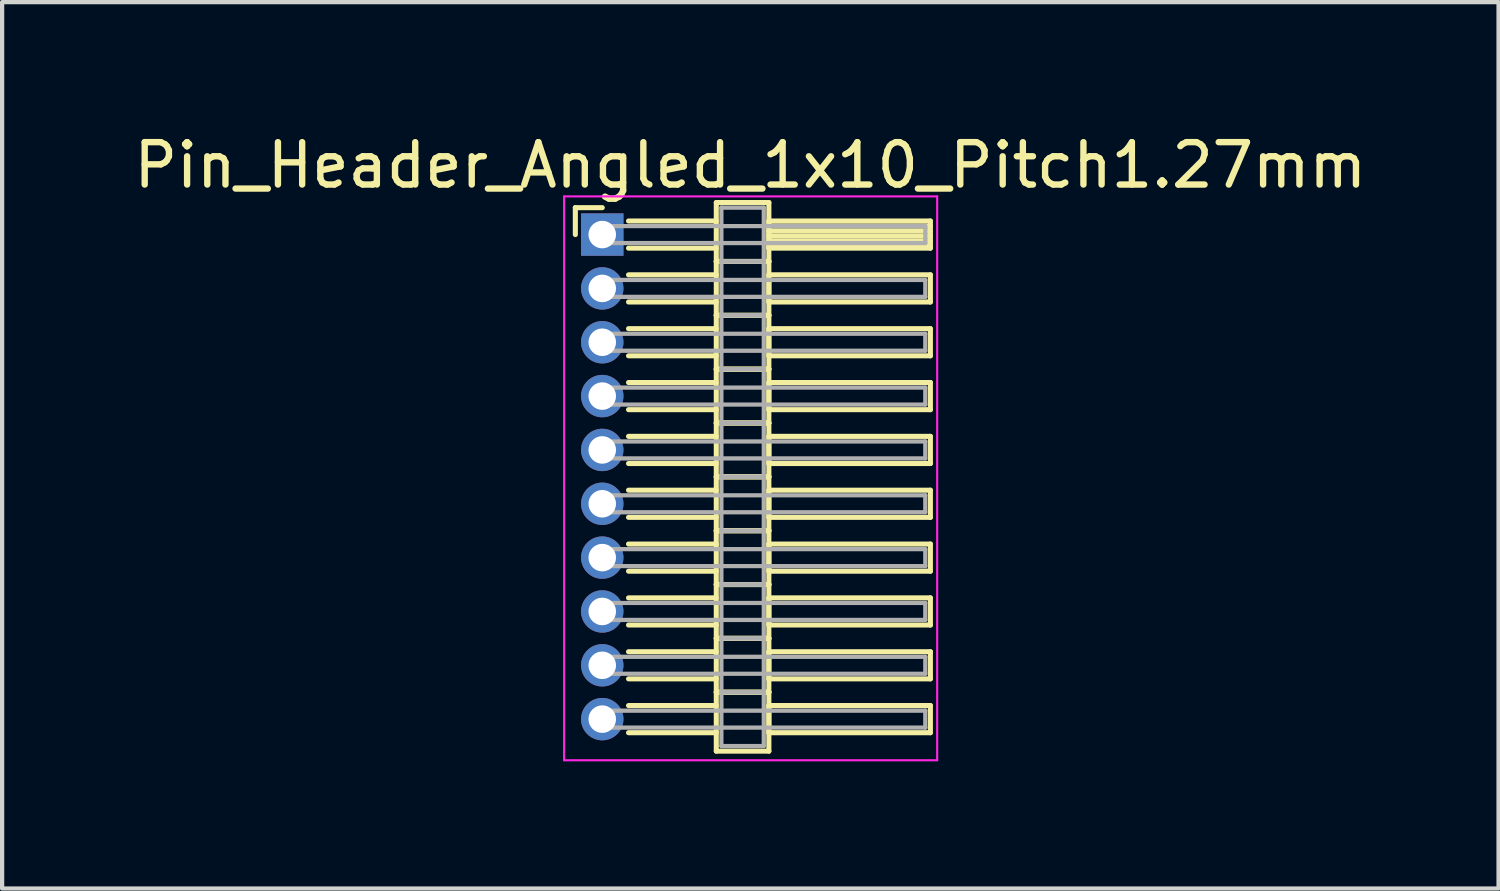
<source format=kicad_pcb>
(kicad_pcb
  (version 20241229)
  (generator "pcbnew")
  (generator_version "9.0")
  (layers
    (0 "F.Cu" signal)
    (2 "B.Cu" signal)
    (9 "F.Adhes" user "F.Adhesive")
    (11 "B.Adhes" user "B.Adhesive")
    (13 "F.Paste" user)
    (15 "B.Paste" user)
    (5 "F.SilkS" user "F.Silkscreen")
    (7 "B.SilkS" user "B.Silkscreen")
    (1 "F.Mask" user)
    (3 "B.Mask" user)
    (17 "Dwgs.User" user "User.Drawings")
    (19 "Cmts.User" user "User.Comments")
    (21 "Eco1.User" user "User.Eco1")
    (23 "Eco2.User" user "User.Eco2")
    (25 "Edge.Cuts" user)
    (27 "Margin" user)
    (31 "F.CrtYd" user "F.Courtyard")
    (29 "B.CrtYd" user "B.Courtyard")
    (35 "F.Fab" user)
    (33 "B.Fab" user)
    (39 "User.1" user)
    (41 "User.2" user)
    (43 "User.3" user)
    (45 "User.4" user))
  (footprint "Pin_Header_Angled_1x10_Pitch1.27mm"
    (layer "F.Cu")
    (at 11.156 2.483)
    (property "Reference" "Pin_Header_Angled_1x10_Pitch1.27mm" (at 3.493 -1.635 0) (layer "F.SilkS") (effects (font (size 1 1) (thickness 0.15))))
    (attr through_hole)
    (fp_line (start -0.635 -0.635) (end 0 -0.635) (stroke (width 0.12) (type solid)) (layer "F.SilkS"))
    (fp_line (start -0.635 0) (end -0.635 -0.635) (stroke (width 0.12) (type solid)) (layer "F.SilkS"))
    (fp_line (start 0.62 -0.32) (end 2.69 -0.32) (stroke (width 0.12) (type solid)) (layer "F.SilkS"))
    (fp_line (start 0.62 0.32) (end 2.69 0.32) (stroke (width 0.12) (type solid)) (layer "F.SilkS"))
    (fp_line (start 0.62 0.95) (end 2.69 0.95) (stroke (width 0.12) (type solid)) (layer "F.SilkS"))
    (fp_line (start 0.62 1.59) (end 2.69 1.59) (stroke (width 0.12) (type solid)) (layer "F.SilkS"))
    (fp_line (start 0.62 2.22) (end 2.69 2.22) (stroke (width 0.12) (type solid)) (layer "F.SilkS"))
    (fp_line (start 0.62 2.86) (end 2.69 2.86) (stroke (width 0.12) (type solid)) (layer "F.SilkS"))
    (fp_line (start 0.62 3.49) (end 2.69 3.49) (stroke (width 0.12) (type solid)) (layer "F.SilkS"))
    (fp_line (start 0.62 4.13) (end 2.69 4.13) (stroke (width 0.12) (type solid)) (layer "F.SilkS"))
    (fp_line (start 0.62 4.76) (end 2.69 4.76) (stroke (width 0.12) (type solid)) (layer "F.SilkS"))
    (fp_line (start 0.62 5.4) (end 2.69 5.4) (stroke (width 0.12) (type solid)) (layer "F.SilkS"))
    (fp_line (start 0.62 6.03) (end 2.69 6.03) (stroke (width 0.12) (type solid)) (layer "F.SilkS"))
    (fp_line (start 0.62 6.67) (end 2.69 6.67) (stroke (width 0.12) (type solid)) (layer "F.SilkS"))
    (fp_line (start 0.62 7.3) (end 2.69 7.3) (stroke (width 0.12) (type solid)) (layer "F.SilkS"))
    (fp_line (start 0.62 7.94) (end 2.69 7.94) (stroke (width 0.12) (type solid)) (layer "F.SilkS"))
    (fp_line (start 0.62 8.57) (end 2.69 8.57) (stroke (width 0.12) (type solid)) (layer "F.SilkS"))
    (fp_line (start 0.62 9.21) (end 2.69 9.21) (stroke (width 0.12) (type solid)) (layer "F.SilkS"))
    (fp_line (start 0.62 9.84) (end 2.69 9.84) (stroke (width 0.12) (type solid)) (layer "F.SilkS"))
    (fp_line (start 0.62 10.48) (end 2.69 10.48) (stroke (width 0.12) (type solid)) (layer "F.SilkS"))
    (fp_line (start 0.62 11.11) (end 2.69 11.11) (stroke (width 0.12) (type solid)) (layer "F.SilkS"))
    (fp_line (start 0.62 11.75) (end 2.69 11.75) (stroke (width 0.12) (type solid)) (layer "F.SilkS"))
    (fp_line (start 2.69 -0.755) (end 2.69 0.635) (stroke (width 0.12) (type solid)) (layer "F.SilkS"))
    (fp_line (start 2.69 0.635) (end 2.69 1.905) (stroke (width 0.12) (type solid)) (layer "F.SilkS"))
    (fp_line (start 2.69 0.635) (end 3.93 0.635) (stroke (width 0.12) (type solid)) (layer "F.SilkS"))
    (fp_line (start 2.69 1.905) (end 2.69 3.175) (stroke (width 0.12) (type solid)) (layer "F.SilkS"))
    (fp_line (start 2.69 1.905) (end 3.93 1.905) (stroke (width 0.12) (type solid)) (layer "F.SilkS"))
    (fp_line (start 2.69 3.175) (end 2.69 4.445) (stroke (width 0.12) (type solid)) (layer "F.SilkS"))
    (fp_line (start 2.69 3.175) (end 3.93 3.175) (stroke (width 0.12) (type solid)) (layer "F.SilkS"))
    (fp_line (start 2.69 4.445) (end 2.69 5.715) (stroke (width 0.12) (type solid)) (layer "F.SilkS"))
    (fp_line (start 2.69 4.445) (end 3.93 4.445) (stroke (width 0.12) (type solid)) (layer "F.SilkS"))
    (fp_line (start 2.69 5.715) (end 2.69 6.985) (stroke (width 0.12) (type solid)) (layer "F.SilkS"))
    (fp_line (start 2.69 5.715) (end 3.93 5.715) (stroke (width 0.12) (type solid)) (layer "F.SilkS"))
    (fp_line (start 2.69 6.985) (end 2.69 8.255) (stroke (width 0.12) (type solid)) (layer "F.SilkS"))
    (fp_line (start 2.69 6.985) (end 3.93 6.985) (stroke (width 0.12) (type solid)) (layer "F.SilkS"))
    (fp_line (start 2.69 8.255) (end 2.69 9.525) (stroke (width 0.12) (type solid)) (layer "F.SilkS"))
    (fp_line (start 2.69 8.255) (end 3.93 8.255) (stroke (width 0.12) (type solid)) (layer "F.SilkS"))
    (fp_line (start 2.69 9.525) (end 2.69 10.795) (stroke (width 0.12) (type solid)) (layer "F.SilkS"))
    (fp_line (start 2.69 9.525) (end 3.93 9.525) (stroke (width 0.12) (type solid)) (layer "F.SilkS"))
    (fp_line (start 2.69 10.795) (end 2.69 12.185) (stroke (width 0.12) (type solid)) (layer "F.SilkS"))
    (fp_line (start 2.69 10.795) (end 3.93 10.795) (stroke (width 0.12) (type solid)) (layer "F.SilkS"))
    (fp_line (start 2.69 12.185) (end 3.93 12.185) (stroke (width 0.12) (type solid)) (layer "F.SilkS"))
    (fp_line (start 3.93 -0.755) (end 2.69 -0.755) (stroke (width 0.12) (type solid)) (layer "F.SilkS"))
    (fp_line (start 3.93 -0.32) (end 3.93 0.32) (stroke (width 0.12) (type solid)) (layer "F.SilkS"))
    (fp_line (start 3.93 -0.2) (end 7.74 -0.2) (stroke (width 0.12) (type solid)) (layer "F.SilkS"))
    (fp_line (start 3.93 -0.08) (end 7.74 -0.08) (stroke (width 0.12) (type solid)) (layer "F.SilkS"))
    (fp_line (start 3.93 0.04) (end 7.74 0.04) (stroke (width 0.12) (type solid)) (layer "F.SilkS"))
    (fp_line (start 3.93 0.16) (end 7.74 0.16) (stroke (width 0.12) (type solid)) (layer "F.SilkS"))
    (fp_line (start 3.93 0.28) (end 7.74 0.28) (stroke (width 0.12) (type solid)) (layer "F.SilkS"))
    (fp_line (start 3.93 0.32) (end 7.74 0.32) (stroke (width 0.12) (type solid)) (layer "F.SilkS"))
    (fp_line (start 3.93 0.635) (end 2.69 0.635) (stroke (width 0.12) (type solid)) (layer "F.SilkS"))
    (fp_line (start 3.93 0.635) (end 3.93 -0.755) (stroke (width 0.12) (type solid)) (layer "F.SilkS"))
    (fp_line (start 3.93 0.95) (end 3.93 1.59) (stroke (width 0.12) (type solid)) (layer "F.SilkS"))
    (fp_line (start 3.93 1.59) (end 7.74 1.59) (stroke (width 0.12) (type solid)) (layer "F.SilkS"))
    (fp_line (start 3.93 1.905) (end 2.69 1.905) (stroke (width 0.12) (type solid)) (layer "F.SilkS"))
    (fp_line (start 3.93 1.905) (end 3.93 0.635) (stroke (width 0.12) (type solid)) (layer "F.SilkS"))
    (fp_line (start 3.93 2.22) (end 3.93 2.86) (stroke (width 0.12) (type solid)) (layer "F.SilkS"))
    (fp_line (start 3.93 2.86) (end 7.74 2.86) (stroke (width 0.12) (type solid)) (layer "F.SilkS"))
    (fp_line (start 3.93 3.175) (end 2.69 3.175) (stroke (width 0.12) (type solid)) (layer "F.SilkS"))
    (fp_line (start 3.93 3.175) (end 3.93 1.905) (stroke (width 0.12) (type solid)) (layer "F.SilkS"))
    (fp_line (start 3.93 3.49) (end 3.93 4.13) (stroke (width 0.12) (type solid)) (layer "F.SilkS"))
    (fp_line (start 3.93 4.13) (end 7.74 4.13) (stroke (width 0.12) (type solid)) (layer "F.SilkS"))
    (fp_line (start 3.93 4.445) (end 2.69 4.445) (stroke (width 0.12) (type solid)) (layer "F.SilkS"))
    (fp_line (start 3.93 4.445) (end 3.93 3.175) (stroke (width 0.12) (type solid)) (layer "F.SilkS"))
    (fp_line (start 3.93 4.76) (end 3.93 5.4) (stroke (width 0.12) (type solid)) (layer "F.SilkS"))
    (fp_line (start 3.93 5.4) (end 7.74 5.4) (stroke (width 0.12) (type solid)) (layer "F.SilkS"))
    (fp_line (start 3.93 5.715) (end 2.69 5.715) (stroke (width 0.12) (type solid)) (layer "F.SilkS"))
    (fp_line (start 3.93 5.715) (end 3.93 4.445) (stroke (width 0.12) (type solid)) (layer "F.SilkS"))
    (fp_line (start 3.93 6.03) (end 3.93 6.67) (stroke (width 0.12) (type solid)) (layer "F.SilkS"))
    (fp_line (start 3.93 6.67) (end 7.74 6.67) (stroke (width 0.12) (type solid)) (layer "F.SilkS"))
    (fp_line (start 3.93 6.985) (end 2.69 6.985) (stroke (width 0.12) (type solid)) (layer "F.SilkS"))
    (fp_line (start 3.93 6.985) (end 3.93 5.715) (stroke (width 0.12) (type solid)) (layer "F.SilkS"))
    (fp_line (start 3.93 7.3) (end 3.93 7.94) (stroke (width 0.12) (type solid)) (layer "F.SilkS"))
    (fp_line (start 3.93 7.94) (end 7.74 7.94) (stroke (width 0.12) (type solid)) (layer "F.SilkS"))
    (fp_line (start 3.93 8.255) (end 2.69 8.255) (stroke (width 0.12) (type solid)) (layer "F.SilkS"))
    (fp_line (start 3.93 8.255) (end 3.93 6.985) (stroke (width 0.12) (type solid)) (layer "F.SilkS"))
    (fp_line (start 3.93 8.57) (end 3.93 9.21) (stroke (width 0.12) (type solid)) (layer "F.SilkS"))
    (fp_line (start 3.93 9.21) (end 7.74 9.21) (stroke (width 0.12) (type solid)) (layer "F.SilkS"))
    (fp_line (start 3.93 9.525) (end 2.69 9.525) (stroke (width 0.12) (type solid)) (layer "F.SilkS"))
    (fp_line (start 3.93 9.525) (end 3.93 8.255) (stroke (width 0.12) (type solid)) (layer "F.SilkS"))
    (fp_line (start 3.93 9.84) (end 3.93 10.48) (stroke (width 0.12) (type solid)) (layer "F.SilkS"))
    (fp_line (start 3.93 10.48) (end 7.74 10.48) (stroke (width 0.12) (type solid)) (layer "F.SilkS"))
    (fp_line (start 3.93 10.795) (end 2.69 10.795) (stroke (width 0.12) (type solid)) (layer "F.SilkS"))
    (fp_line (start 3.93 10.795) (end 3.93 9.525) (stroke (width 0.12) (type solid)) (layer "F.SilkS"))
    (fp_line (start 3.93 11.11) (end 3.93 11.75) (stroke (width 0.12) (type solid)) (layer "F.SilkS"))
    (fp_line (start 3.93 11.75) (end 7.74 11.75) (stroke (width 0.12) (type solid)) (layer "F.SilkS"))
    (fp_line (start 3.93 12.185) (end 3.93 10.795) (stroke (width 0.12) (type solid)) (layer "F.SilkS"))
    (fp_line (start 7.74 -0.32) (end 3.93 -0.32) (stroke (width 0.12) (type solid)) (layer "F.SilkS"))
    (fp_line (start 7.74 0.32) (end 7.74 -0.32) (stroke (width 0.12) (type solid)) (layer "F.SilkS"))
    (fp_line (start 7.74 0.95) (end 3.93 0.95) (stroke (width 0.12) (type solid)) (layer "F.SilkS"))
    (fp_line (start 7.74 1.59) (end 7.74 0.95) (stroke (width 0.12) (type solid)) (layer "F.SilkS"))
    (fp_line (start 7.74 2.22) (end 3.93 2.22) (stroke (width 0.12) (type solid)) (layer "F.SilkS"))
    (fp_line (start 7.74 2.86) (end 7.74 2.22) (stroke (width 0.12) (type solid)) (layer "F.SilkS"))
    (fp_line (start 7.74 3.49) (end 3.93 3.49) (stroke (width 0.12) (type solid)) (layer "F.SilkS"))
    (fp_line (start 7.74 4.13) (end 7.74 3.49) (stroke (width 0.12) (type solid)) (layer "F.SilkS"))
    (fp_line (start 7.74 4.76) (end 3.93 4.76) (stroke (width 0.12) (type solid)) (layer "F.SilkS"))
    (fp_line (start 7.74 5.4) (end 7.74 4.76) (stroke (width 0.12) (type solid)) (layer "F.SilkS"))
    (fp_line (start 7.74 6.03) (end 3.93 6.03) (stroke (width 0.12) (type solid)) (layer "F.SilkS"))
    (fp_line (start 7.74 6.67) (end 7.74 6.03) (stroke (width 0.12) (type solid)) (layer "F.SilkS"))
    (fp_line (start 7.74 7.3) (end 3.93 7.3) (stroke (width 0.12) (type solid)) (layer "F.SilkS"))
    (fp_line (start 7.74 7.94) (end 7.74 7.3) (stroke (width 0.12) (type solid)) (layer "F.SilkS"))
    (fp_line (start 7.74 8.57) (end 3.93 8.57) (stroke (width 0.12) (type solid)) (layer "F.SilkS"))
    (fp_line (start 7.74 9.21) (end 7.74 8.57) (stroke (width 0.12) (type solid)) (layer "F.SilkS"))
    (fp_line (start 7.74 9.84) (end 3.93 9.84) (stroke (width 0.12) (type solid)) (layer "F.SilkS"))
    (fp_line (start 7.74 10.48) (end 7.74 9.84) (stroke (width 0.12) (type solid)) (layer "F.SilkS"))
    (fp_line (start 7.74 11.11) (end 3.93 11.11) (stroke (width 0.12) (type solid)) (layer "F.SilkS"))
    (fp_line (start 7.74 11.75) (end 7.74 11.11) (stroke (width 0.12) (type solid)) (layer "F.SilkS"))
    (fp_line (start -0.9 -0.9) (end -0.9 12.4) (stroke (width 0.05) (type solid)) (layer "F.CrtYd"))
    (fp_line (start -0.9 12.4) (end 7.9 12.4) (stroke (width 0.05) (type solid)) (layer "F.CrtYd"))
    (fp_line (start 7.9 -0.9) (end -0.9 -0.9) (stroke (width 0.05) (type solid)) (layer "F.CrtYd"))
    (fp_line (start 7.9 12.4) (end 7.9 -0.9) (stroke (width 0.05) (type solid)) (layer "F.CrtYd"))
    (fp_line (start 0 -0.2) (end 0 0.2) (stroke (width 0.1) (type solid)) (layer "F.Fab"))
    (fp_line (start 0 0.2) (end 7.62 0.2) (stroke (width 0.1) (type solid)) (layer "F.Fab"))
    (fp_line (start 0 1.07) (end 0 1.47) (stroke (width 0.1) (type solid)) (layer "F.Fab"))
    (fp_line (start 0 1.47) (end 7.62 1.47) (stroke (width 0.1) (type solid)) (layer "F.Fab"))
    (fp_line (start 0 2.34) (end 0 2.74) (stroke (width 0.1) (type solid)) (layer "F.Fab"))
    (fp_line (start 0 2.74) (end 7.62 2.74) (stroke (width 0.1) (type solid)) (layer "F.Fab"))
    (fp_line (start 0 3.61) (end 0 4.01) (stroke (width 0.1) (type solid)) (layer "F.Fab"))
    (fp_line (start 0 4.01) (end 7.62 4.01) (stroke (width 0.1) (type solid)) (layer "F.Fab"))
    (fp_line (start 0 4.88) (end 0 5.28) (stroke (width 0.1) (type solid)) (layer "F.Fab"))
    (fp_line (start 0 5.28) (end 7.62 5.28) (stroke (width 0.1) (type solid)) (layer "F.Fab"))
    (fp_line (start 0 6.15) (end 0 6.55) (stroke (width 0.1) (type solid)) (layer "F.Fab"))
    (fp_line (start 0 6.55) (end 7.62 6.55) (stroke (width 0.1) (type solid)) (layer "F.Fab"))
    (fp_line (start 0 7.42) (end 0 7.82) (stroke (width 0.1) (type solid)) (layer "F.Fab"))
    (fp_line (start 0 7.82) (end 7.62 7.82) (stroke (width 0.1) (type solid)) (layer "F.Fab"))
    (fp_line (start 0 8.69) (end 0 9.09) (stroke (width 0.1) (type solid)) (layer "F.Fab"))
    (fp_line (start 0 9.09) (end 7.62 9.09) (stroke (width 0.1) (type solid)) (layer "F.Fab"))
    (fp_line (start 0 9.96) (end 0 10.36) (stroke (width 0.1) (type solid)) (layer "F.Fab"))
    (fp_line (start 0 10.36) (end 7.62 10.36) (stroke (width 0.1) (type solid)) (layer "F.Fab"))
    (fp_line (start 0 11.23) (end 0 11.63) (stroke (width 0.1) (type solid)) (layer "F.Fab"))
    (fp_line (start 0 11.63) (end 7.62 11.63) (stroke (width 0.1) (type solid)) (layer "F.Fab"))
    (fp_line (start 2.81 -0.635) (end 2.81 0.635) (stroke (width 0.1) (type solid)) (layer "F.Fab"))
    (fp_line (start 2.81 0.635) (end 2.81 1.905) (stroke (width 0.1) (type solid)) (layer "F.Fab"))
    (fp_line (start 2.81 0.635) (end 3.81 0.635) (stroke (width 0.1) (type solid)) (layer "F.Fab"))
    (fp_line (start 2.81 1.905) (end 2.81 3.175) (stroke (width 0.1) (type solid)) (layer "F.Fab"))
    (fp_line (start 2.81 1.905) (end 3.81 1.905) (stroke (width 0.1) (type solid)) (layer "F.Fab"))
    (fp_line (start 2.81 3.175) (end 2.81 4.445) (stroke (width 0.1) (type solid)) (layer "F.Fab"))
    (fp_line (start 2.81 3.175) (end 3.81 3.175) (stroke (width 0.1) (type solid)) (layer "F.Fab"))
    (fp_line (start 2.81 4.445) (end 2.81 5.715) (stroke (width 0.1) (type solid)) (layer "F.Fab"))
    (fp_line (start 2.81 4.445) (end 3.81 4.445) (stroke (width 0.1) (type solid)) (layer "F.Fab"))
    (fp_line (start 2.81 5.715) (end 2.81 6.985) (stroke (width 0.1) (type solid)) (layer "F.Fab"))
    (fp_line (start 2.81 5.715) (end 3.81 5.715) (stroke (width 0.1) (type solid)) (layer "F.Fab"))
    (fp_line (start 2.81 6.985) (end 2.81 8.255) (stroke (width 0.1) (type solid)) (layer "F.Fab"))
    (fp_line (start 2.81 6.985) (end 3.81 6.985) (stroke (width 0.1) (type solid)) (layer "F.Fab"))
    (fp_line (start 2.81 8.255) (end 2.81 9.525) (stroke (width 0.1) (type solid)) (layer "F.Fab"))
    (fp_line (start 2.81 8.255) (end 3.81 8.255) (stroke (width 0.1) (type solid)) (layer "F.Fab"))
    (fp_line (start 2.81 9.525) (end 2.81 10.795) (stroke (width 0.1) (type solid)) (layer "F.Fab"))
    (fp_line (start 2.81 9.525) (end 3.81 9.525) (stroke (width 0.1) (type solid)) (layer "F.Fab"))
    (fp_line (start 2.81 10.795) (end 2.81 12.065) (stroke (width 0.1) (type solid)) (layer "F.Fab"))
    (fp_line (start 2.81 10.795) (end 3.81 10.795) (stroke (width 0.1) (type solid)) (layer "F.Fab"))
    (fp_line (start 2.81 12.065) (end 3.81 12.065) (stroke (width 0.1) (type solid)) (layer "F.Fab"))
    (fp_line (start 3.81 -0.635) (end 2.81 -0.635) (stroke (width 0.1) (type solid)) (layer "F.Fab"))
    (fp_line (start 3.81 0.635) (end 2.81 0.635) (stroke (width 0.1) (type solid)) (layer "F.Fab"))
    (fp_line (start 3.81 0.635) (end 3.81 -0.635) (stroke (width 0.1) (type solid)) (layer "F.Fab"))
    (fp_line (start 3.81 1.905) (end 2.81 1.905) (stroke (width 0.1) (type solid)) (layer "F.Fab"))
    (fp_line (start 3.81 1.905) (end 3.81 0.635) (stroke (width 0.1) (type solid)) (layer "F.Fab"))
    (fp_line (start 3.81 3.175) (end 2.81 3.175) (stroke (width 0.1) (type solid)) (layer "F.Fab"))
    (fp_line (start 3.81 3.175) (end 3.81 1.905) (stroke (width 0.1) (type solid)) (layer "F.Fab"))
    (fp_line (start 3.81 4.445) (end 2.81 4.445) (stroke (width 0.1) (type solid)) (layer "F.Fab"))
    (fp_line (start 3.81 4.445) (end 3.81 3.175) (stroke (width 0.1) (type solid)) (layer "F.Fab"))
    (fp_line (start 3.81 5.715) (end 2.81 5.715) (stroke (width 0.1) (type solid)) (layer "F.Fab"))
    (fp_line (start 3.81 5.715) (end 3.81 4.445) (stroke (width 0.1) (type solid)) (layer "F.Fab"))
    (fp_line (start 3.81 6.985) (end 2.81 6.985) (stroke (width 0.1) (type solid)) (layer "F.Fab"))
    (fp_line (start 3.81 6.985) (end 3.81 5.715) (stroke (width 0.1) (type solid)) (layer "F.Fab"))
    (fp_line (start 3.81 8.255) (end 2.81 8.255) (stroke (width 0.1) (type solid)) (layer "F.Fab"))
    (fp_line (start 3.81 8.255) (end 3.81 6.985) (stroke (width 0.1) (type solid)) (layer "F.Fab"))
    (fp_line (start 3.81 9.525) (end 2.81 9.525) (stroke (width 0.1) (type solid)) (layer "F.Fab"))
    (fp_line (start 3.81 9.525) (end 3.81 8.255) (stroke (width 0.1) (type solid)) (layer "F.Fab"))
    (fp_line (start 3.81 10.795) (end 2.81 10.795) (stroke (width 0.1) (type solid)) (layer "F.Fab"))
    (fp_line (start 3.81 10.795) (end 3.81 9.525) (stroke (width 0.1) (type solid)) (layer "F.Fab"))
    (fp_line (start 3.81 12.065) (end 3.81 10.795) (stroke (width 0.1) (type solid)) (layer "F.Fab"))
    (fp_line (start 7.62 -0.2) (end 0 -0.2) (stroke (width 0.1) (type solid)) (layer "F.Fab"))
    (fp_line (start 7.62 0.2) (end 7.62 -0.2) (stroke (width 0.1) (type solid)) (layer "F.Fab"))
    (fp_line (start 7.62 1.07) (end 0 1.07) (stroke (width 0.1) (type solid)) (layer "F.Fab"))
    (fp_line (start 7.62 1.47) (end 7.62 1.07) (stroke (width 0.1) (type solid)) (layer "F.Fab"))
    (fp_line (start 7.62 2.34) (end 0 2.34) (stroke (width 0.1) (type solid)) (layer "F.Fab"))
    (fp_line (start 7.62 2.74) (end 7.62 2.34) (stroke (width 0.1) (type solid)) (layer "F.Fab"))
    (fp_line (start 7.62 3.61) (end 0 3.61) (stroke (width 0.1) (type solid)) (layer "F.Fab"))
    (fp_line (start 7.62 4.01) (end 7.62 3.61) (stroke (width 0.1) (type solid)) (layer "F.Fab"))
    (fp_line (start 7.62 4.88) (end 0 4.88) (stroke (width 0.1) (type solid)) (layer "F.Fab"))
    (fp_line (start 7.62 5.28) (end 7.62 4.88) (stroke (width 0.1) (type solid)) (layer "F.Fab"))
    (fp_line (start 7.62 6.15) (end 0 6.15) (stroke (width 0.1) (type solid)) (layer "F.Fab"))
    (fp_line (start 7.62 6.55) (end 7.62 6.15) (stroke (width 0.1) (type solid)) (layer "F.Fab"))
    (fp_line (start 7.62 7.42) (end 0 7.42) (stroke (width 0.1) (type solid)) (layer "F.Fab"))
    (fp_line (start 7.62 7.82) (end 7.62 7.42) (stroke (width 0.1) (type solid)) (layer "F.Fab"))
    (fp_line (start 7.62 8.69) (end 0 8.69) (stroke (width 0.1) (type solid)) (layer "F.Fab"))
    (fp_line (start 7.62 9.09) (end 7.62 8.69) (stroke (width 0.1) (type solid)) (layer "F.Fab"))
    (fp_line (start 7.62 9.96) (end 0 9.96) (stroke (width 0.1) (type solid)) (layer "F.Fab"))
    (fp_line (start 7.62 10.36) (end 7.62 9.96) (stroke (width 0.1) (type solid)) (layer "F.Fab"))
    (fp_line (start 7.62 11.23) (end 0 11.23) (stroke (width 0.1) (type solid)) (layer "F.Fab"))
    (fp_line (start 7.62 11.63) (end 7.62 11.23) (stroke (width 0.1) (type solid)) (layer "F.Fab"))
    (pad "1" thru_hole rect (at 0 0) (size 1 1) (drill 0.65) (layers "*.Cu" "*.Mask"))
    (pad "2" thru_hole oval (at 0 1.27) (size 1 1) (drill 0.65) (layers "*.Cu" "*.Mask"))
    (pad "3" thru_hole oval (at 0 2.54) (size 1 1) (drill 0.65) (layers "*.Cu" "*.Mask"))
    (pad "4" thru_hole oval (at 0 3.81) (size 1 1) (drill 0.65) (layers "*.Cu" "*.Mask"))
    (pad "5" thru_hole oval (at 0 5.08) (size 1 1) (drill 0.65) (layers "*.Cu" "*.Mask"))
    (pad "6" thru_hole oval (at 0 6.35) (size 1 1) (drill 0.65) (layers "*.Cu" "*.Mask"))
    (pad "7" thru_hole oval (at 0 7.62) (size 1 1) (drill 0.65) (layers "*.Cu" "*.Mask"))
    (pad "8" thru_hole oval (at 0 8.89) (size 1 1) (drill 0.65) (layers "*.Cu" "*.Mask"))
    (pad "9" thru_hole oval (at 0 10.16) (size 1 1) (drill 0.65) (layers "*.Cu" "*.Mask"))
    (pad "10" thru_hole oval (at 0 11.43) (size 1 1) (drill 0.65) (layers "*.Cu" "*.Mask")))
  (gr_rect
    (start -3 -3)
    (end 32.298 17.908)
    (stroke (width 0.1) (type default))
    (fill no)
    (layer "Edge.Cuts")))
</source>
